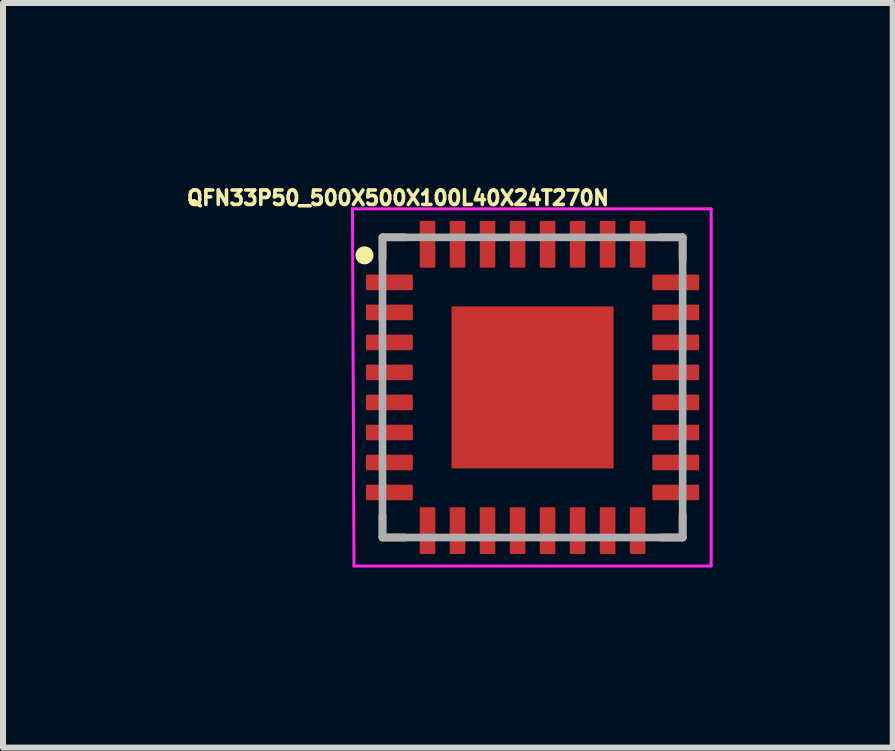
<source format=kicad_pcb>
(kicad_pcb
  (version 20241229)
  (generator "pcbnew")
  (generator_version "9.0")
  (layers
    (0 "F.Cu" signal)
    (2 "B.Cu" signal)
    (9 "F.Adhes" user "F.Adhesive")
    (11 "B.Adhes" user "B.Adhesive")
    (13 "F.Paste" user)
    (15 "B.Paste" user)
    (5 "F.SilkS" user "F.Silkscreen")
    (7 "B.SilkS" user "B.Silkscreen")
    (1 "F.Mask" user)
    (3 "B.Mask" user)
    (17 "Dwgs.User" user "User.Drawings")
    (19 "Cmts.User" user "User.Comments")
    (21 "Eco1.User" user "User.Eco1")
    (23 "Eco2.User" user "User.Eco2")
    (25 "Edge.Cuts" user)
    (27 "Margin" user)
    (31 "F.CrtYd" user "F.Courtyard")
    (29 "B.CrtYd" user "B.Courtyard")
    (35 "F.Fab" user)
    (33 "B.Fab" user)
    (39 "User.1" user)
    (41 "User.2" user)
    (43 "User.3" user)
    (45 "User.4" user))
  (footprint "QFN33P50_500X500X100L40X24T270N"
    (layer "F.Cu")
    (at 5.822 3.404)
    (property "Reference" "QFN33P50_500X500X100L40X24T270N" (at -2.242 -3.157 0) (layer "F.SilkS") (effects (font (size 0.24 0.24) (thickness 0.15))))
    (attr smd)
    (fp_line (start -2.5 -2.5) (end -2.5 -2.13) (stroke (width 0.127) (type solid)) (layer "F.SilkS"))
    (fp_line (start -2.5 2.13) (end -2.5 2.5) (stroke (width 0.127) (type solid)) (layer "F.SilkS"))
    (fp_line (start -2.5 2.5) (end -2.13 2.5) (stroke (width 0.127) (type solid)) (layer "F.SilkS"))
    (fp_line (start -2.13 -2.5) (end -2.5 -2.5) (stroke (width 0.127) (type solid)) (layer "F.SilkS"))
    (fp_line (start 2.13 -2.5) (end 2.5 -2.5) (stroke (width 0.127) (type solid)) (layer "F.SilkS"))
    (fp_line (start 2.13 2.5) (end 2.5 2.5) (stroke (width 0.127) (type solid)) (layer "F.SilkS"))
    (fp_line (start 2.5 -2.5) (end 2.5 -2.13) (stroke (width 0.127) (type solid)) (layer "F.SilkS"))
    (fp_line (start 2.5 2.5) (end 2.5 2.13) (stroke (width 0.127) (type solid)) (layer "F.SilkS"))
    (fp_circle (center -2.8 -2.2) (end -2.65 -2.2) (stroke (width 0) (type solid)) (fill yes) (layer "F.SilkS"))
    (fp_poly (pts (xy -1.091 -1.09) (xy -0.13 -1.09) (xy -0.13 -0.13) (xy -1.091 -0.13)) (stroke (width 0.01) (type solid)) (fill yes) (layer "F.Paste"))
    (fp_poly (pts (xy -1.091 0.13) (xy -0.13 0.13) (xy -0.13 1.091) (xy -1.091 1.091)) (stroke (width 0.01) (type solid)) (fill yes) (layer "F.Paste"))
    (fp_poly (pts (xy 0.13 -1.09) (xy 1.09 -1.09) (xy 1.09 -0.13) (xy 0.13 -0.13)) (stroke (width 0.01) (type solid)) (fill yes) (layer "F.Paste"))
    (fp_poly (pts (xy 0.13 0.13) (xy 1.09 0.13) (xy 1.09 1.092) (xy 0.13 1.092)) (stroke (width 0.01) (type solid)) (fill yes) (layer "F.Paste"))
    (fp_line (start -3 -2.975) (end 2.975 -2.975) (stroke (width 0.05) (type solid)) (layer "F.CrtYd"))
    (fp_line (start -2.975 2.975) (end -3 -2.975) (stroke (width 0.05) (type solid)) (layer "F.CrtYd"))
    (fp_line (start 2.975 -2.975) (end 2.975 2.975) (stroke (width 0.05) (type solid)) (layer "F.CrtYd"))
    (fp_line (start 2.975 2.975) (end -2.975 2.975) (stroke (width 0.05) (type solid)) (layer "F.CrtYd"))
    (fp_line (start -2.5 -2.5) (end 2.5 -2.5) (stroke (width 0.127) (type solid)) (layer "F.Fab"))
    (fp_line (start -2.5 2.5) (end -2.5 -2.5) (stroke (width 0.127) (type solid)) (layer "F.Fab"))
    (fp_line (start 2.5 -2.5) (end 2.5 2.5) (stroke (width 0.127) (type solid)) (layer "F.Fab"))
    (fp_line (start 2.5 2.5) (end -2.5 2.5) (stroke (width 0.127) (type solid)) (layer "F.Fab"))
    (pad "1" smd roundrect (at -2.385 -1.75) (size 0.78 0.26) (layers "F.Cu" "F.Mask" "F.Paste") (roundrect_rratio 0.07))
    (pad "2" smd roundrect (at -2.385 -1.25) (size 0.78 0.26) (layers "F.Cu" "F.Mask" "F.Paste") (roundrect_rratio 0.07))
    (pad "3" smd roundrect (at -2.385 -0.75) (size 0.78 0.26) (layers "F.Cu" "F.Mask" "F.Paste") (roundrect_rratio 0.07))
    (pad "4" smd roundrect (at -2.385 -0.25) (size 0.78 0.26) (layers "F.Cu" "F.Mask" "F.Paste") (roundrect_rratio 0.07))
    (pad "5" smd roundrect (at -2.385 0.25) (size 0.78 0.26) (layers "F.Cu" "F.Mask" "F.Paste") (roundrect_rratio 0.07))
    (pad "6" smd roundrect (at -2.385 0.75) (size 0.78 0.26) (layers "F.Cu" "F.Mask" "F.Paste") (roundrect_rratio 0.07))
    (pad "7" smd roundrect (at -2.385 1.25) (size 0.78 0.26) (layers "F.Cu" "F.Mask" "F.Paste") (roundrect_rratio 0.07))
    (pad "8" smd roundrect (at -2.385 1.75) (size 0.78 0.26) (layers "F.Cu" "F.Mask" "F.Paste") (roundrect_rratio 0.07))
    (pad "9" smd roundrect (at -1.75 2.385 90) (size 0.78 0.26) (layers "F.Cu" "F.Mask" "F.Paste") (roundrect_rratio 0.07))
    (pad "10" smd roundrect (at -1.25 2.385 90) (size 0.78 0.26) (layers "F.Cu" "F.Mask" "F.Paste") (roundrect_rratio 0.07))
    (pad "11" smd roundrect (at -0.75 2.385 90) (size 0.78 0.26) (layers "F.Cu" "F.Mask" "F.Paste") (roundrect_rratio 0.07))
    (pad "12" smd roundrect (at -0.25 2.385 90) (size 0.78 0.26) (layers "F.Cu" "F.Mask" "F.Paste") (roundrect_rratio 0.07))
    (pad "13" smd roundrect (at 0.25 2.385 90) (size 0.78 0.26) (layers "F.Cu" "F.Mask" "F.Paste") (roundrect_rratio 0.07))
    (pad "14" smd roundrect (at 0.75 2.385 90) (size 0.78 0.26) (layers "F.Cu" "F.Mask" "F.Paste") (roundrect_rratio 0.07))
    (pad "15" smd roundrect (at 1.25 2.385 90) (size 0.78 0.26) (layers "F.Cu" "F.Mask" "F.Paste") (roundrect_rratio 0.07))
    (pad "16" smd roundrect (at 1.75 2.385 90) (size 0.78 0.26) (layers "F.Cu" "F.Mask" "F.Paste") (roundrect_rratio 0.07))
    (pad "17" smd roundrect (at 2.385 1.75 180) (size 0.78 0.26) (layers "F.Cu" "F.Mask" "F.Paste") (roundrect_rratio 0.07))
    (pad "18" smd roundrect (at 2.385 1.25 180) (size 0.78 0.26) (layers "F.Cu" "F.Mask" "F.Paste") (roundrect_rratio 0.07))
    (pad "19" smd roundrect (at 2.385 0.75 180) (size 0.78 0.26) (layers "F.Cu" "F.Mask" "F.Paste") (roundrect_rratio 0.07))
    (pad "20" smd roundrect (at 2.385 0.25 180) (size 0.78 0.26) (layers "F.Cu" "F.Mask" "F.Paste") (roundrect_rratio 0.07))
    (pad "21" smd roundrect (at 2.385 -0.25 180) (size 0.78 0.26) (layers "F.Cu" "F.Mask" "F.Paste") (roundrect_rratio 0.07))
    (pad "22" smd roundrect (at 2.385 -0.75 180) (size 0.78 0.26) (layers "F.Cu" "F.Mask" "F.Paste") (roundrect_rratio 0.07))
    (pad "23" smd roundrect (at 2.385 -1.25 180) (size 0.78 0.26) (layers "F.Cu" "F.Mask" "F.Paste") (roundrect_rratio 0.07))
    (pad "24" smd roundrect (at 2.385 -1.75 180) (size 0.78 0.26) (layers "F.Cu" "F.Mask" "F.Paste") (roundrect_rratio 0.07))
    (pad "25" smd roundrect (at 1.75 -2.385 270) (size 0.78 0.26) (layers "F.Cu" "F.Mask" "F.Paste") (roundrect_rratio 0.07))
    (pad "26" smd roundrect (at 1.25 -2.385 270) (size 0.78 0.26) (layers "F.Cu" "F.Mask" "F.Paste") (roundrect_rratio 0.07))
    (pad "27" smd roundrect (at 0.75 -2.385 270) (size 0.78 0.26) (layers "F.Cu" "F.Mask" "F.Paste") (roundrect_rratio 0.07))
    (pad "28" smd roundrect (at 0.25 -2.385 270) (size 0.78 0.26) (layers "F.Cu" "F.Mask" "F.Paste") (roundrect_rratio 0.07))
    (pad "29" smd roundrect (at -0.25 -2.385 270) (size 0.78 0.26) (layers "F.Cu" "F.Mask" "F.Paste") (roundrect_rratio 0.07))
    (pad "30" smd roundrect (at -0.75 -2.385 270) (size 0.78 0.26) (layers "F.Cu" "F.Mask" "F.Paste") (roundrect_rratio 0.07))
    (pad "31" smd roundrect (at -1.25 -2.385 270) (size 0.78 0.26) (layers "F.Cu" "F.Mask" "F.Paste") (roundrect_rratio 0.07))
    (pad "32" smd roundrect (at -1.75 -2.385 270) (size 0.78 0.26) (layers "F.Cu" "F.Mask" "F.Paste") (roundrect_rratio 0.07))
    (pad "33" smd rect (at 0 0 270) (size 2.7 2.7) (layers "F.Cu" "F.Mask")))
  (gr_rect
    (start -3 -3)
    (end 11.822 9.404)
    (stroke (width 0.1) (type default))
    (fill no)
    (layer "Edge.Cuts")))
</source>
